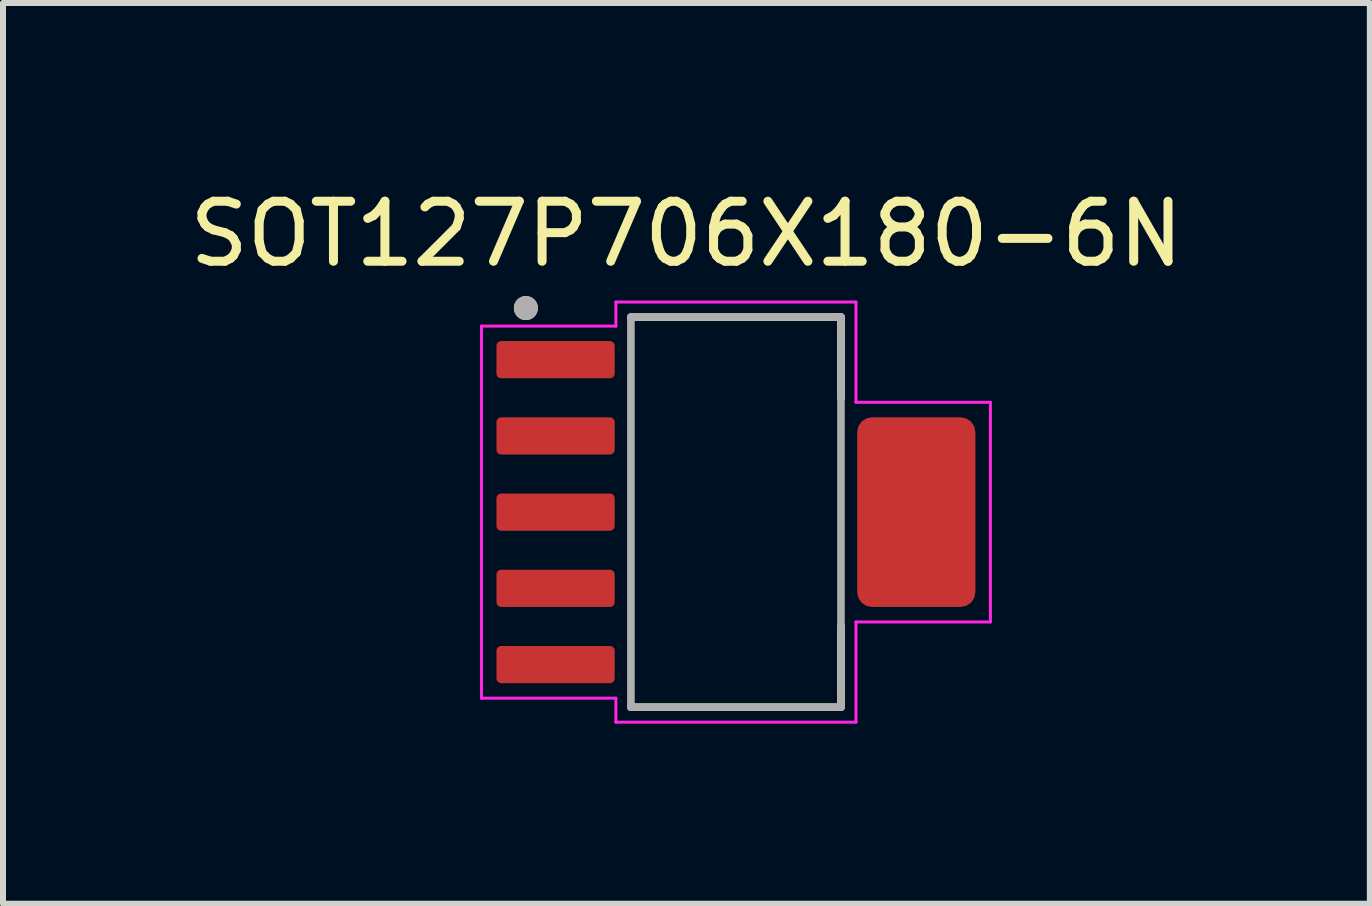
<source format=kicad_pcb>
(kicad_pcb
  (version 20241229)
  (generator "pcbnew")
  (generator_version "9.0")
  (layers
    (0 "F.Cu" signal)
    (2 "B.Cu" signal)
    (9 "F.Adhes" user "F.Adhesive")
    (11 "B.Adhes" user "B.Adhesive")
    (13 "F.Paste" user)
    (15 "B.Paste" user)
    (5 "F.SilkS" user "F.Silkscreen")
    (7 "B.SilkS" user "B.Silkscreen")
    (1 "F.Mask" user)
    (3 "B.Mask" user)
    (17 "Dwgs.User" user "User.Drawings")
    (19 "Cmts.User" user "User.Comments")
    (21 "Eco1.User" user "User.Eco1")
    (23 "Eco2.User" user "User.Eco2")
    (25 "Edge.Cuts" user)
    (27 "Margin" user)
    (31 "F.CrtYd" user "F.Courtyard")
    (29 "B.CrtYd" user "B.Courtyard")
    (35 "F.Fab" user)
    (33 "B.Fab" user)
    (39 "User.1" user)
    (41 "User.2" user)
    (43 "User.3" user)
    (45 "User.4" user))
  (footprint "SOT127P706X180-6N"
    (layer "F.Cu")
    (at 9.212 5.483)
    (property "Reference" "SOT127P706X180-6N" (at -0.825 -4.635 0) (layer "F.SilkS") (effects (font (size 1 1) (thickness 0.15))))
    (attr smd)
    (fp_line (start -1.75 -3.25) (end 1.75 -3.25) (stroke (width 0.127) (type solid)) (layer "F.SilkS"))
    (fp_line (start 1.75 -3.25) (end 1.75 -1.9) (stroke (width 0.127) (type solid)) (layer "F.SilkS"))
    (fp_line (start 1.75 1.9) (end 1.75 3.25) (stroke (width 0.127) (type solid)) (layer "F.SilkS"))
    (fp_line (start 1.75 3.25) (end -1.75 3.25) (stroke (width 0.127) (type solid)) (layer "F.SilkS"))
    (fp_circle (center -3.5 -3.4) (end -3.4 -3.4) (stroke (width 0.2) (type solid)) (fill no) (layer "F.SilkS"))
    (fp_line (start -4.24 -3.1) (end -2 -3.1) (stroke (width 0.05) (type solid)) (layer "F.CrtYd"))
    (fp_line (start -4.24 3.1) (end -4.24 -3.1) (stroke (width 0.05) (type solid)) (layer "F.CrtYd"))
    (fp_line (start -2 -3.5) (end 2 -3.5) (stroke (width 0.05) (type solid)) (layer "F.CrtYd"))
    (fp_line (start -2 -3.1) (end -2 -3.5) (stroke (width 0.05) (type solid)) (layer "F.CrtYd"))
    (fp_line (start -2 3.1) (end -4.24 3.1) (stroke (width 0.05) (type solid)) (layer "F.CrtYd"))
    (fp_line (start -2 3.5) (end -2 3.1) (stroke (width 0.05) (type solid)) (layer "F.CrtYd"))
    (fp_line (start 2 -3.5) (end 2 -1.83) (stroke (width 0.05) (type solid)) (layer "F.CrtYd"))
    (fp_line (start 2 -1.83) (end 4.24 -1.83) (stroke (width 0.05) (type solid)) (layer "F.CrtYd"))
    (fp_line (start 2 1.83) (end 2 3.5) (stroke (width 0.05) (type solid)) (layer "F.CrtYd"))
    (fp_line (start 2 3.5) (end -2 3.5) (stroke (width 0.05) (type solid)) (layer "F.CrtYd"))
    (fp_line (start 4.24 -1.83) (end 4.24 1.83) (stroke (width 0.05) (type solid)) (layer "F.CrtYd"))
    (fp_line (start 4.24 1.83) (end 2 1.83) (stroke (width 0.05) (type solid)) (layer "F.CrtYd"))
    (fp_line (start -1.75 -3.25) (end -1.75 3.25) (stroke (width 0.127) (type solid)) (layer "F.Fab"))
    (fp_line (start -1.75 3.25) (end 1.75 3.25) (stroke (width 0.127) (type solid)) (layer "F.Fab"))
    (fp_line (start 1.75 -3.25) (end -1.75 -3.25) (stroke (width 0.127) (type solid)) (layer "F.Fab"))
    (fp_line (start 1.75 3.25) (end 1.75 -3.25) (stroke (width 0.127) (type solid)) (layer "F.Fab"))
    (fp_circle (center -3.5 -3.4) (end -3.4 -3.4) (stroke (width 0.2) (type solid)) (fill no) (layer "F.Fab"))
    (pad "1" smd roundrect (at -3.005 -2.54) (size 1.97 0.62) (layers "F.Cu" "F.Mask" "F.Paste") (roundrect_rratio 0.125))
    (pad "2" smd roundrect (at -3.005 -1.27) (size 1.97 0.62) (layers "F.Cu" "F.Mask" "F.Paste") (roundrect_rratio 0.125))
    (pad "3" smd roundrect (at -3.005 0) (size 1.97 0.62) (layers "F.Cu" "F.Mask" "F.Paste") (roundrect_rratio 0.125))
    (pad "4" smd roundrect (at -3.005 1.27) (size 1.97 0.62) (layers "F.Cu" "F.Mask" "F.Paste") (roundrect_rratio 0.125))
    (pad "5" smd roundrect (at -3.005 2.54) (size 1.97 0.62) (layers "F.Cu" "F.Mask" "F.Paste") (roundrect_rratio 0.125))
    (pad "6" smd roundrect (at 3.005 0) (size 1.97 3.16) (layers "F.Cu" "F.Mask" "F.Paste") (roundrect_rratio 0.125)))
  (gr_rect
    (start -3 -3)
    (end 19.774 12.008)
    (stroke (width 0.1) (type default))
    (fill no)
    (layer "Edge.Cuts")))
</source>
